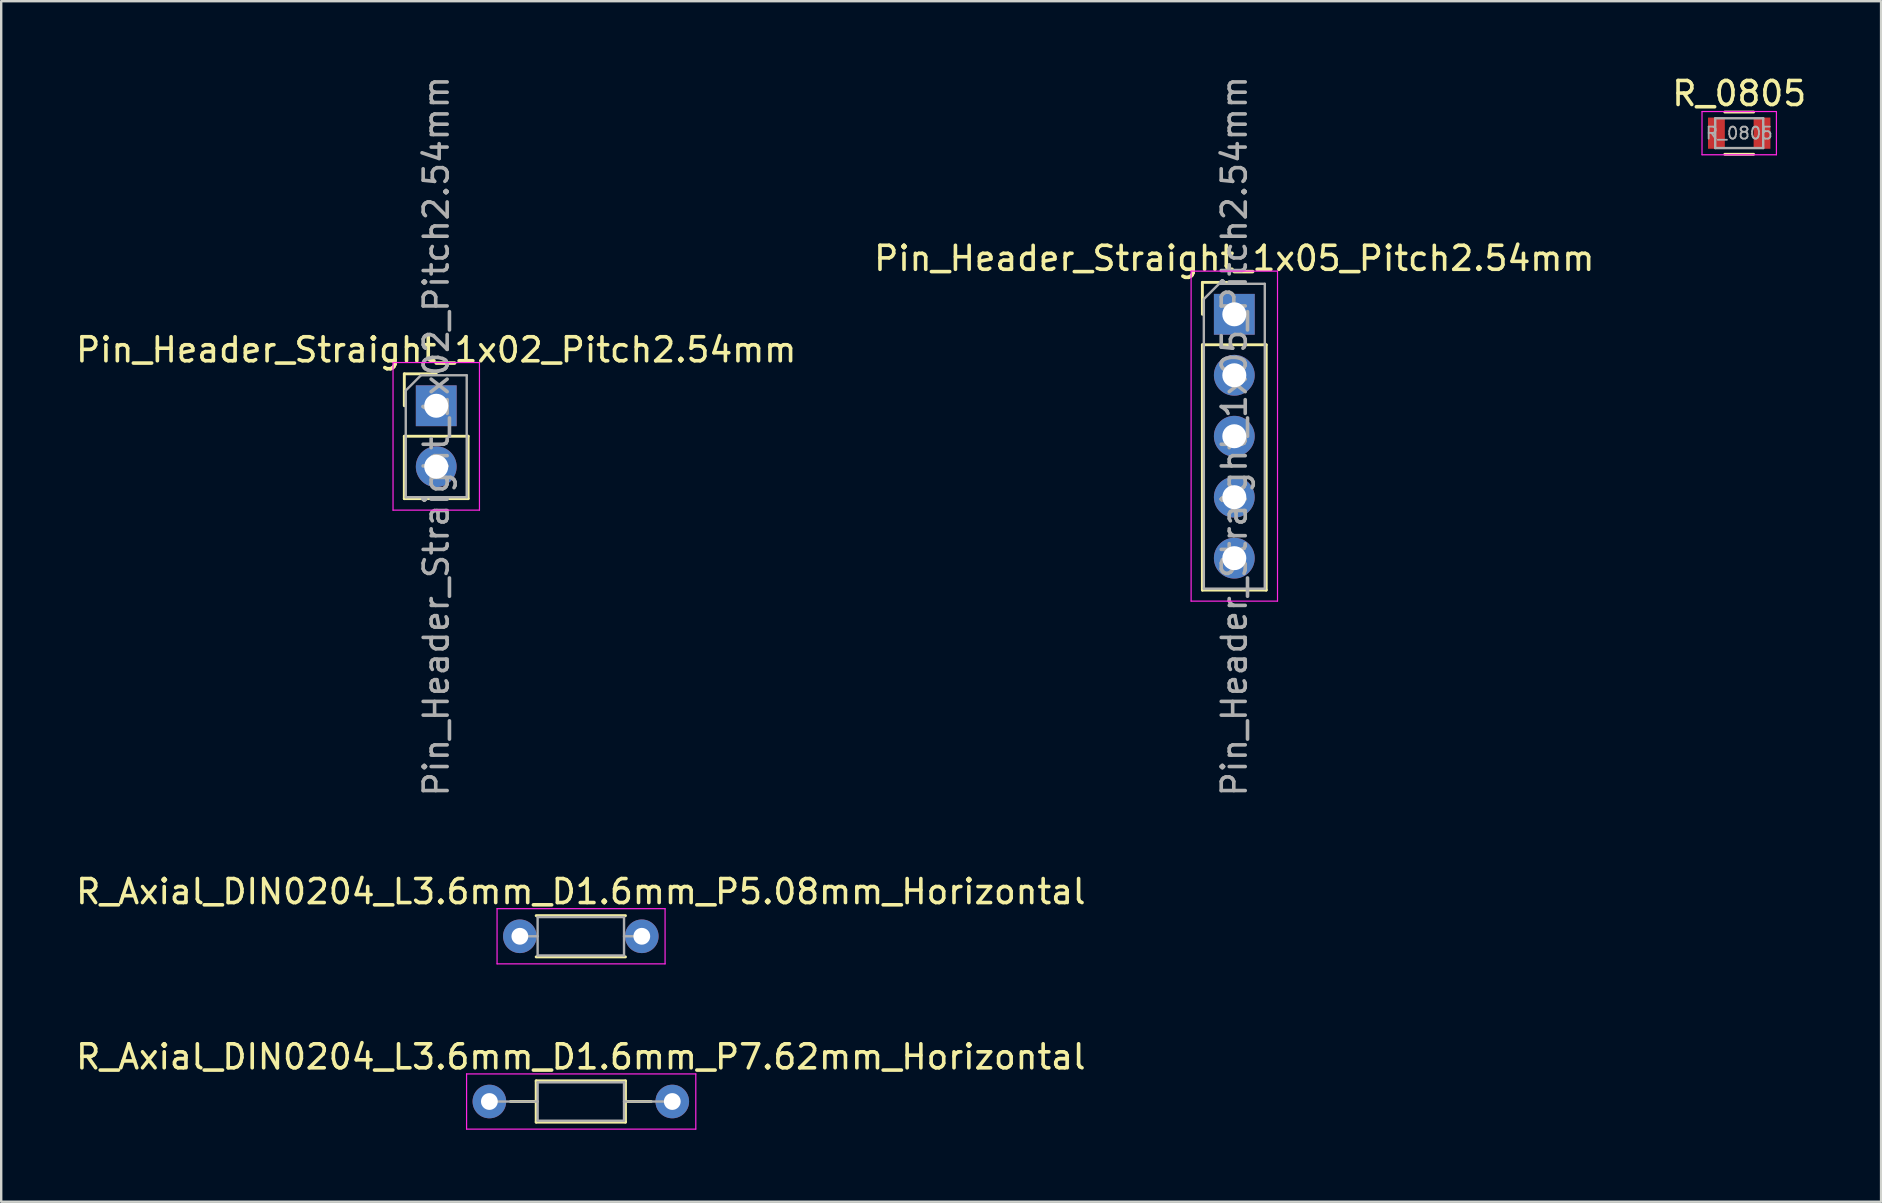
<source format=kicad_pcb>
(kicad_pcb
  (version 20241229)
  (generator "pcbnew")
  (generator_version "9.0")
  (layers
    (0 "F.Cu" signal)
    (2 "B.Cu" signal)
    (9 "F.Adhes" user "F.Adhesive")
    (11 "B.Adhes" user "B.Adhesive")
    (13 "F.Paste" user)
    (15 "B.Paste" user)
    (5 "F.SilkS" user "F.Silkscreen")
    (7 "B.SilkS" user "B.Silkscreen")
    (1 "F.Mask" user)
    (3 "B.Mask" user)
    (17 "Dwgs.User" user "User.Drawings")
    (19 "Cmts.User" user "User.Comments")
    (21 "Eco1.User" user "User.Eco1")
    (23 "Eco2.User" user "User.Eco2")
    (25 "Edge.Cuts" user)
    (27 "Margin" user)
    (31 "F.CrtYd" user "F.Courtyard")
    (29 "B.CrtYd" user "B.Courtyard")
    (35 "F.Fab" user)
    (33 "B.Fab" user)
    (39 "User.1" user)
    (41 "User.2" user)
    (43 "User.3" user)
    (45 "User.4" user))
  (footprint "R_0805"
    (layer "F.Cu")
    (at 69.411 2.498)
    (property "Reference" "R_0805" (at 0 -1.65 180) (layer "F.SilkS") (effects (font (size 1 1) (thickness 0.15))))
    (attr smd)
    (fp_line (start -0.6 -0.88) (end 0.6 -0.88) (stroke (width 0.12) (type solid)) (layer "F.SilkS"))
    (fp_line (start 0.6 0.88) (end -0.6 0.88) (stroke (width 0.12) (type solid)) (layer "F.SilkS"))
    (fp_line (start -1.55 -0.9) (end -1.55 0.9) (stroke (width 0.05) (type solid)) (layer "F.CrtYd"))
    (fp_line (start -1.55 -0.9) (end 1.55 -0.9) (stroke (width 0.05) (type solid)) (layer "F.CrtYd"))
    (fp_line (start 1.55 0.9) (end -1.55 0.9) (stroke (width 0.05) (type solid)) (layer "F.CrtYd"))
    (fp_line (start 1.55 0.9) (end 1.55 -0.9) (stroke (width 0.05) (type solid)) (layer "F.CrtYd"))
    (fp_line (start -1 -0.62) (end 1 -0.62) (stroke (width 0.1) (type solid)) (layer "F.Fab"))
    (fp_line (start -1 0.62) (end -1 -0.62) (stroke (width 0.1) (type solid)) (layer "F.Fab"))
    (fp_line (start 1 -0.62) (end 1 0.62) (stroke (width 0.1) (type solid)) (layer "F.Fab"))
    (fp_line (start 1 0.62) (end -1 0.62) (stroke (width 0.1) (type solid)) (layer "F.Fab"))
    (fp_text user "${REFERENCE}" (at 0 0 180) (layer "F.Fab") (effects (font (size 0.5 0.5) (thickness 0.075))))
    (pad "1" smd rect (at -0.95 0) (size 0.7 1.3) (layers "F.Cu" "F.Mask" "F.Paste"))
    (pad "2" smd rect (at 0.95 0) (size 0.7 1.3) (layers "F.Cu" "F.Mask" "F.Paste")))
  (footprint "Pin_Header_Straight_1x02_Pitch2.54mm"
    (layer "F.Cu")
    (at 15.125 13.855)
    (property "Reference" "Pin_Header_Straight_1x02_Pitch2.54mm" (at 0 -2.33 0) (layer "F.SilkS") (effects (font (size 1 1) (thickness 0.15))))
    (attr through_hole)
    (fp_line (start -1.33 -1.33) (end 0 -1.33) (stroke (width 0.12) (type solid)) (layer "F.SilkS"))
    (fp_line (start -1.33 0) (end -1.33 -1.33) (stroke (width 0.12) (type solid)) (layer "F.SilkS"))
    (fp_line (start -1.33 1.27) (end -1.33 3.87) (stroke (width 0.12) (type solid)) (layer "F.SilkS"))
    (fp_line (start -1.33 1.27) (end 1.33 1.27) (stroke (width 0.12) (type solid)) (layer "F.SilkS"))
    (fp_line (start -1.33 3.87) (end 1.33 3.87) (stroke (width 0.12) (type solid)) (layer "F.SilkS"))
    (fp_line (start 1.33 1.27) (end 1.33 3.87) (stroke (width 0.12) (type solid)) (layer "F.SilkS"))
    (fp_line (start -1.8 -1.8) (end -1.8 4.35) (stroke (width 0.05) (type solid)) (layer "F.CrtYd"))
    (fp_line (start -1.8 4.35) (end 1.8 4.35) (stroke (width 0.05) (type solid)) (layer "F.CrtYd"))
    (fp_line (start 1.8 -1.8) (end -1.8 -1.8) (stroke (width 0.05) (type solid)) (layer "F.CrtYd"))
    (fp_line (start 1.8 4.35) (end 1.8 -1.8) (stroke (width 0.05) (type solid)) (layer "F.CrtYd"))
    (fp_line (start -1.27 -0.635) (end -0.635 -1.27) (stroke (width 0.1) (type solid)) (layer "F.Fab"))
    (fp_line (start -1.27 3.81) (end -1.27 -0.635) (stroke (width 0.1) (type solid)) (layer "F.Fab"))
    (fp_line (start -0.635 -1.27) (end 1.27 -1.27) (stroke (width 0.1) (type solid)) (layer "F.Fab"))
    (fp_line (start 1.27 -1.27) (end 1.27 3.81) (stroke (width 0.1) (type solid)) (layer "F.Fab"))
    (fp_line (start 1.27 3.81) (end -1.27 3.81) (stroke (width 0.1) (type solid)) (layer "F.Fab"))
    (fp_text user "${REFERENCE}" (at 0 1.27 90) (layer "F.Fab") (effects (font (size 1 1) (thickness 0.15))))
    (pad "1" thru_hole rect (at 0 0) (size 1.7 1.7) (drill 1) (layers "*.Cu" "*.Mask"))
    (pad "2" thru_hole oval (at 0 2.54) (size 1.7 1.7) (drill 1) (layers "*.Cu" "*.Mask")))
  (footprint "R_Axial_DIN0204_L3.6mm_D1.6mm_P7.62mm_Horizontal"
    (layer "F.Cu")
    (at 17.339 42.842)
    (property "Reference" "R_Axial_DIN0204_L3.6mm_D1.6mm_P7.62mm_Horizontal" (at 3.81 -1.86 180) (layer "F.SilkS") (effects (font (size 1 1) (thickness 0.15))))
    (attr through_hole)
    (fp_line (start 0.88 0) (end 1.95 0) (stroke (width 0.12) (type solid)) (layer "F.SilkS"))
    (fp_line (start 1.95 -0.86) (end 1.95 0.86) (stroke (width 0.12) (type solid)) (layer "F.SilkS"))
    (fp_line (start 1.95 0.86) (end 5.67 0.86) (stroke (width 0.12) (type solid)) (layer "F.SilkS"))
    (fp_line (start 5.67 -0.86) (end 1.95 -0.86) (stroke (width 0.12) (type solid)) (layer "F.SilkS"))
    (fp_line (start 5.67 0.86) (end 5.67 -0.86) (stroke (width 0.12) (type solid)) (layer "F.SilkS"))
    (fp_line (start 6.74 0) (end 5.67 0) (stroke (width 0.12) (type solid)) (layer "F.SilkS"))
    (fp_line (start -0.95 -1.15) (end -0.95 1.15) (stroke (width 0.05) (type solid)) (layer "F.CrtYd"))
    (fp_line (start -0.95 1.15) (end 8.6 1.15) (stroke (width 0.05) (type solid)) (layer "F.CrtYd"))
    (fp_line (start 8.6 -1.15) (end -0.95 -1.15) (stroke (width 0.05) (type solid)) (layer "F.CrtYd"))
    (fp_line (start 8.6 1.15) (end 8.6 -1.15) (stroke (width 0.05) (type solid)) (layer "F.CrtYd"))
    (fp_line (start 0 0) (end 2.01 0) (stroke (width 0.1) (type solid)) (layer "F.Fab"))
    (fp_line (start 2.01 -0.8) (end 2.01 0.8) (stroke (width 0.1) (type solid)) (layer "F.Fab"))
    (fp_line (start 2.01 0.8) (end 5.61 0.8) (stroke (width 0.1) (type solid)) (layer "F.Fab"))
    (fp_line (start 5.61 -0.8) (end 2.01 -0.8) (stroke (width 0.1) (type solid)) (layer "F.Fab"))
    (fp_line (start 5.61 0.8) (end 5.61 -0.8) (stroke (width 0.1) (type solid)) (layer "F.Fab"))
    (fp_line (start 7.62 0) (end 5.61 0) (stroke (width 0.1) (type solid)) (layer "F.Fab"))
    (pad "1" thru_hole circle (at 0 0) (size 1.4 1.4) (drill 0.7) (layers "*.Cu" "*.Mask"))
    (pad "2" thru_hole oval (at 7.62 0) (size 1.4 1.4) (drill 0.7) (layers "*.Cu" "*.Mask")))
  (footprint "Pin_Header_Straight_1x05_Pitch2.54mm"
    (layer "F.Cu")
    (at 48.375 10.045)
    (property "Reference" "Pin_Header_Straight_1x05_Pitch2.54mm" (at 0 -2.33 180) (layer "F.SilkS") (effects (font (size 1 1) (thickness 0.15))))
    (attr through_hole)
    (fp_line (start -1.33 -1.33) (end 0 -1.33) (stroke (width 0.12) (type solid)) (layer "F.SilkS"))
    (fp_line (start -1.33 0) (end -1.33 -1.33) (stroke (width 0.12) (type solid)) (layer "F.SilkS"))
    (fp_line (start -1.33 1.27) (end -1.33 11.49) (stroke (width 0.12) (type solid)) (layer "F.SilkS"))
    (fp_line (start -1.33 1.27) (end 1.33 1.27) (stroke (width 0.12) (type solid)) (layer "F.SilkS"))
    (fp_line (start -1.33 11.49) (end 1.33 11.49) (stroke (width 0.12) (type solid)) (layer "F.SilkS"))
    (fp_line (start 1.33 1.27) (end 1.33 11.49) (stroke (width 0.12) (type solid)) (layer "F.SilkS"))
    (fp_line (start -1.8 -1.8) (end -1.8 11.95) (stroke (width 0.05) (type solid)) (layer "F.CrtYd"))
    (fp_line (start -1.8 11.95) (end 1.8 11.95) (stroke (width 0.05) (type solid)) (layer "F.CrtYd"))
    (fp_line (start 1.8 -1.8) (end -1.8 -1.8) (stroke (width 0.05) (type solid)) (layer "F.CrtYd"))
    (fp_line (start 1.8 11.95) (end 1.8 -1.8) (stroke (width 0.05) (type solid)) (layer "F.CrtYd"))
    (fp_line (start -1.27 -0.635) (end -0.635 -1.27) (stroke (width 0.1) (type solid)) (layer "F.Fab"))
    (fp_line (start -1.27 11.43) (end -1.27 -0.635) (stroke (width 0.1) (type solid)) (layer "F.Fab"))
    (fp_line (start -0.635 -1.27) (end 1.27 -1.27) (stroke (width 0.1) (type solid)) (layer "F.Fab"))
    (fp_line (start 1.27 -1.27) (end 1.27 11.43) (stroke (width 0.1) (type solid)) (layer "F.Fab"))
    (fp_line (start 1.27 11.43) (end -1.27 11.43) (stroke (width 0.1) (type solid)) (layer "F.Fab"))
    (fp_text user "${REFERENCE}" (at 0 5.08 90) (layer "F.Fab") (effects (font (size 1 1) (thickness 0.15))))
    (pad "1" thru_hole rect (at 0 0) (size 1.7 1.7) (drill 1) (layers "*.Cu" "*.Mask"))
    (pad "2" thru_hole oval (at 0 2.54) (size 1.7 1.7) (drill 1) (layers "*.Cu" "*.Mask"))
    (pad "3" thru_hole oval (at 0 5.08) (size 1.7 1.7) (drill 1) (layers "*.Cu" "*.Mask"))
    (pad "4" thru_hole oval (at 0 7.62) (size 1.7 1.7) (drill 1) (layers "*.Cu" "*.Mask"))
    (pad "5" thru_hole oval (at 0 10.16) (size 1.7 1.7) (drill 1) (layers "*.Cu" "*.Mask")))
  (footprint "R_Axial_DIN0204_L3.6mm_D1.6mm_P5.08mm_Horizontal"
    (layer "F.Cu")
    (at 18.609 35.958)
    (property "Reference" "R_Axial_DIN0204_L3.6mm_D1.6mm_P5.08mm_Horizontal" (at 2.54 -1.86 0) (layer "F.SilkS") (effects (font (size 1 1) (thickness 0.15))))
    (attr through_hole)
    (fp_line (start 0.68 -0.86) (end 4.4 -0.86) (stroke (width 0.12) (type solid)) (layer "F.SilkS"))
    (fp_line (start 0.68 0.86) (end 4.4 0.86) (stroke (width 0.12) (type solid)) (layer "F.SilkS"))
    (fp_line (start -0.95 -1.15) (end -0.95 1.15) (stroke (width 0.05) (type solid)) (layer "F.CrtYd"))
    (fp_line (start -0.95 1.15) (end 6.05 1.15) (stroke (width 0.05) (type solid)) (layer "F.CrtYd"))
    (fp_line (start 6.05 -1.15) (end -0.95 -1.15) (stroke (width 0.05) (type solid)) (layer "F.CrtYd"))
    (fp_line (start 6.05 1.15) (end 6.05 -1.15) (stroke (width 0.05) (type solid)) (layer "F.CrtYd"))
    (fp_line (start 0 0) (end 0.74 0) (stroke (width 0.1) (type solid)) (layer "F.Fab"))
    (fp_line (start 0.74 -0.8) (end 0.74 0.8) (stroke (width 0.1) (type solid)) (layer "F.Fab"))
    (fp_line (start 0.74 0.8) (end 4.34 0.8) (stroke (width 0.1) (type solid)) (layer "F.Fab"))
    (fp_line (start 4.34 -0.8) (end 0.74 -0.8) (stroke (width 0.1) (type solid)) (layer "F.Fab"))
    (fp_line (start 4.34 0.8) (end 4.34 -0.8) (stroke (width 0.1) (type solid)) (layer "F.Fab"))
    (fp_line (start 5.08 0) (end 4.34 0) (stroke (width 0.1) (type solid)) (layer "F.Fab"))
    (pad "1" thru_hole circle (at 0 0) (size 1.4 1.4) (drill 0.7) (layers "*.Cu" "*.Mask"))
    (pad "2" thru_hole oval (at 5.08 0) (size 1.4 1.4) (drill 0.7) (layers "*.Cu" "*.Mask")))
  (gr_rect
    (start -3 -3)
    (end 75.321 47.017)
    (stroke (width 0.1) (type default))
    (fill no)
    (layer "Edge.Cuts")))
</source>
